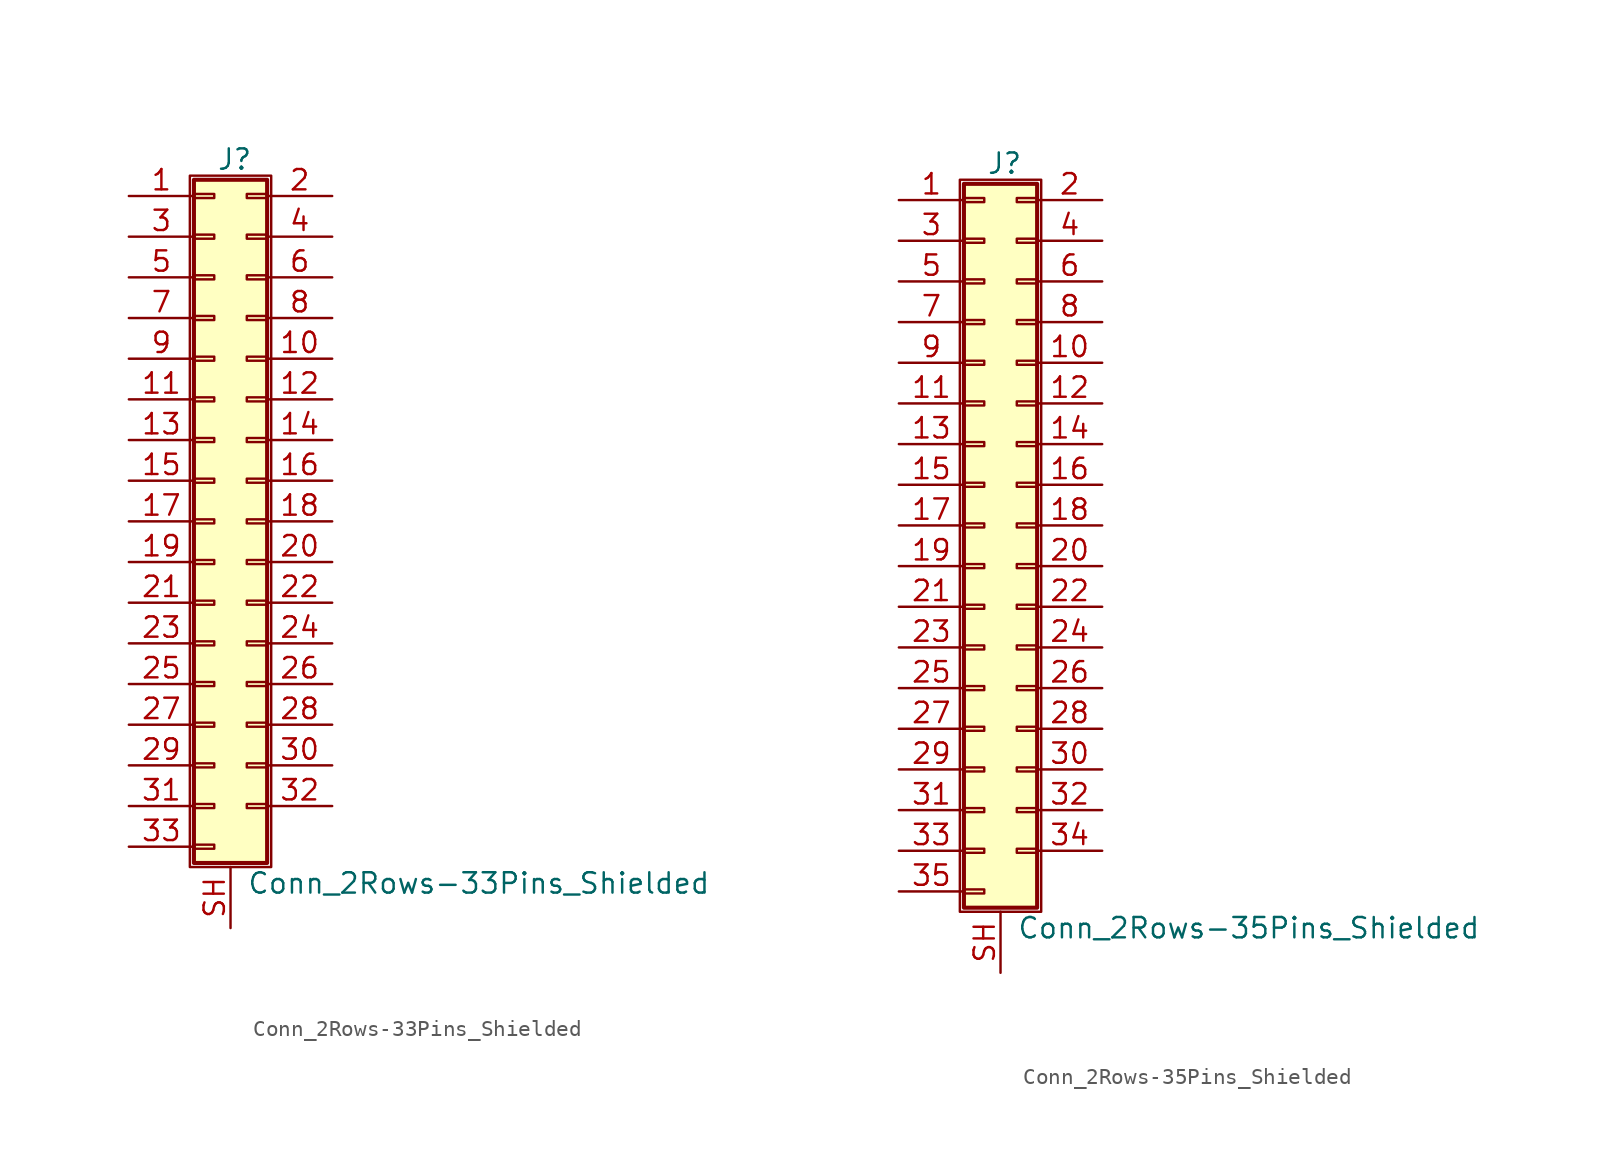
<source format=kicad_sym>
(kicad_symbol_lib
  (version 20201005)
  (generator kicad_symbol_editor)
  (symbol "Conn_2Rows-33Pins_Shielded"
    (pin_names
      (offset 1.016) hide)
    (property "Reference" "J"
      (at 1.524 22.606 0)
      (effects (font (size 1.27 1.27))))
    (property "Value" "Conn_2Rows-33Pins_Shielded"
      (at 2.286 -22.606 0)
      (effects (font (size 1.27 1.27)) (justify left)))
    (symbol "Conn_2Rows-33Pins_Shielded_1_1"
      (rectangle (start -1.27 21.59) (end 3.81 -21.59) (stroke (width 0.152)) (fill (type none)))
      (rectangle (start -1.016 -20.193) (end 0.254 -20.447) (stroke (width 0.152)) (fill (type none)))
      (rectangle (start -1.016 -17.653) (end 0.254 -17.907) (stroke (width 0.152)) (fill (type none)))
      (rectangle (start -1.016 -15.113) (end 0.254 -15.367) (stroke (width 0.152)) (fill (type none)))
      (rectangle (start -1.016 -12.573) (end 0.254 -12.827) (stroke (width 0.152)) (fill (type none)))
      (rectangle (start -1.016 -10.033) (end 0.254 -10.287) (stroke (width 0.152)) (fill (type none)))
      (rectangle (start -1.016 -7.493) (end 0.254 -7.747) (stroke (width 0.152)) (fill (type none)))
      (rectangle (start -1.016 -4.953) (end 0.254 -5.207) (stroke (width 0.152)) (fill (type none)))
      (rectangle (start -1.016 -2.413) (end 0.254 -2.667) (stroke (width 0.152)) (fill (type none)))
      (rectangle (start -1.016 0.127) (end 0.254 -0.127) (stroke (width 0.152)) (fill (type none)))
      (rectangle (start -1.016 2.667) (end 0.254 2.413) (stroke (width 0.152)) (fill (type none)))
      (rectangle (start -1.016 5.207) (end 0.254 4.953) (stroke (width 0.152)) (fill (type none)))
      (rectangle (start -1.016 7.747) (end 0.254 7.493) (stroke (width 0.152)) (fill (type none)))
      (rectangle (start -1.016 10.287) (end 0.254 10.033) (stroke (width 0.152)) (fill (type none)))
      (rectangle (start -1.016 12.827) (end 0.254 12.573) (stroke (width 0.152)) (fill (type none)))
      (rectangle (start -1.016 15.367) (end 0.254 15.113) (stroke (width 0.152)) (fill (type none)))
      (rectangle (start -1.016 17.907) (end 0.254 17.653) (stroke (width 0.152)) (fill (type none)))
      (rectangle (start -1.016 20.447) (end 0.254 20.193) (stroke (width 0.152)) (fill (type none)))
      (rectangle (start 3.556 -17.653) (end 2.286 -17.907) (stroke (width 0.152)) (fill (type none)))
      (rectangle (start 3.556 -15.113) (end 2.286 -15.367) (stroke (width 0.152)) (fill (type none)))
      (rectangle (start 3.556 -12.573) (end 2.286 -12.827) (stroke (width 0.152)) (fill (type none)))
      (rectangle (start 3.556 -10.033) (end 2.286 -10.287) (stroke (width 0.152)) (fill (type none)))
      (rectangle (start 3.556 -7.493) (end 2.286 -7.747) (stroke (width 0.152)) (fill (type none)))
      (rectangle (start 3.556 -4.953) (end 2.286 -5.207) (stroke (width 0.152)) (fill (type none)))
      (rectangle (start 3.556 -2.413) (end 2.286 -2.667) (stroke (width 0.152)) (fill (type none)))
      (rectangle (start 3.556 0.127) (end 2.286 -0.127) (stroke (width 0.152)) (fill (type none)))
      (rectangle (start 3.556 2.667) (end 2.286 2.413) (stroke (width 0.152)) (fill (type none)))
      (rectangle (start 3.556 5.207) (end 2.286 4.953) (stroke (width 0.152)) (fill (type none)))
      (rectangle (start 3.556 7.747) (end 2.286 7.493) (stroke (width 0.152)) (fill (type none)))
      (rectangle (start 3.556 10.287) (end 2.286 10.033) (stroke (width 0.152)) (fill (type none)))
      (rectangle (start 3.556 12.827) (end 2.286 12.573) (stroke (width 0.152)) (fill (type none)))
      (rectangle (start 3.556 15.367) (end 2.286 15.113) (stroke (width 0.152)) (fill (type none)))
      (rectangle (start 3.556 17.907) (end 2.286 17.653) (stroke (width 0.152)) (fill (type none)))
      (rectangle (start 3.556 20.447) (end 2.286 20.193) (stroke (width 0.152)) (fill (type none)))
      (rectangle (start -1.016 21.336) (end 3.556 -21.336) (stroke (width 0.254)) (fill (type background)))
      (pin passive line (at -5.08 20.32 0) (length 4.064) (name "Pin_1" (effects (font (size 1.27 1.27)))) (number "1" (effects (font (size 1.27 1.27)))))
      (pin passive line (at 7.62 10.16 180) (length 4.064) (name "Pin_10" (effects (font (size 1.27 1.27)))) (number "10" (effects (font (size 1.27 1.27)))))
      (pin passive line (at -5.08 7.62 0) (length 4.064) (name "Pin_11" (effects (font (size 1.27 1.27)))) (number "11" (effects (font (size 1.27 1.27)))))
      (pin passive line (at 7.62 7.62 180) (length 4.064) (name "Pin_12" (effects (font (size 1.27 1.27)))) (number "12" (effects (font (size 1.27 1.27)))))
      (pin passive line (at -5.08 5.08 0) (length 4.064) (name "Pin_13" (effects (font (size 1.27 1.27)))) (number "13" (effects (font (size 1.27 1.27)))))
      (pin passive line (at 7.62 5.08 180) (length 4.064) (name "Pin_14" (effects (font (size 1.27 1.27)))) (number "14" (effects (font (size 1.27 1.27)))))
      (pin passive line (at -5.08 2.54 0) (length 4.064) (name "Pin_15" (effects (font (size 1.27 1.27)))) (number "15" (effects (font (size 1.27 1.27)))))
      (pin passive line (at 7.62 2.54 180) (length 4.064) (name "Pin_16" (effects (font (size 1.27 1.27)))) (number "16" (effects (font (size 1.27 1.27)))))
      (pin passive line (at -5.08 0 0) (length 4.064) (name "Pin_17" (effects (font (size 1.27 1.27)))) (number "17" (effects (font (size 1.27 1.27)))))
      (pin passive line (at 7.62 0 180) (length 4.064) (name "Pin_18" (effects (font (size 1.27 1.27)))) (number "18" (effects (font (size 1.27 1.27)))))
      (pin passive line (at -5.08 -2.54 0) (length 4.064) (name "Pin_19" (effects (font (size 1.27 1.27)))) (number "19" (effects (font (size 1.27 1.27)))))
      (pin passive line (at 7.62 20.32 180) (length 4.064) (name "Pin_2" (effects (font (size 1.27 1.27)))) (number "2" (effects (font (size 1.27 1.27)))))
      (pin passive line (at 7.62 -2.54 180) (length 4.064) (name "Pin_20" (effects (font (size 1.27 1.27)))) (number "20" (effects (font (size 1.27 1.27)))))
      (pin passive line (at -5.08 -5.08 0) (length 4.064) (name "Pin_21" (effects (font (size 1.27 1.27)))) (number "21" (effects (font (size 1.27 1.27)))))
      (pin passive line (at 7.62 -5.08 180) (length 4.064) (name "Pin_22" (effects (font (size 1.27 1.27)))) (number "22" (effects (font (size 1.27 1.27)))))
      (pin passive line (at -5.08 -7.62 0) (length 4.064) (name "Pin_23" (effects (font (size 1.27 1.27)))) (number "23" (effects (font (size 1.27 1.27)))))
      (pin passive line (at 7.62 -7.62 180) (length 4.064) (name "Pin_24" (effects (font (size 1.27 1.27)))) (number "24" (effects (font (size 1.27 1.27)))))
      (pin passive line (at -5.08 -10.16 0) (length 4.064) (name "Pin_25" (effects (font (size 1.27 1.27)))) (number "25" (effects (font (size 1.27 1.27)))))
      (pin passive line (at 7.62 -10.16 180) (length 4.064) (name "Pin_26" (effects (font (size 1.27 1.27)))) (number "26" (effects (font (size 1.27 1.27)))))
      (pin passive line (at -5.08 -12.7 0) (length 4.064) (name "Pin_27" (effects (font (size 1.27 1.27)))) (number "27" (effects (font (size 1.27 1.27)))))
      (pin passive line (at 7.62 -12.7 180) (length 4.064) (name "Pin_28" (effects (font (size 1.27 1.27)))) (number "28" (effects (font (size 1.27 1.27)))))
      (pin passive line (at -5.08 -15.24 0) (length 4.064) (name "Pin_29" (effects (font (size 1.27 1.27)))) (number "29" (effects (font (size 1.27 1.27)))))
      (pin passive line (at -5.08 17.78 0) (length 4.064) (name "Pin_3" (effects (font (size 1.27 1.27)))) (number "3" (effects (font (size 1.27 1.27)))))
      (pin passive line (at 7.62 -15.24 180) (length 4.064) (name "Pin_30" (effects (font (size 1.27 1.27)))) (number "30" (effects (font (size 1.27 1.27)))))
      (pin passive line (at -5.08 -17.78 0) (length 4.064) (name "Pin_31" (effects (font (size 1.27 1.27)))) (number "31" (effects (font (size 1.27 1.27)))))
      (pin passive line (at 7.62 -17.78 180) (length 4.064) (name "Pin_32" (effects (font (size 1.27 1.27)))) (number "32" (effects (font (size 1.27 1.27)))))
      (pin passive line (at -5.08 -20.32 0) (length 4.064) (name "Pin_33" (effects (font (size 1.27 1.27)))) (number "33" (effects (font (size 1.27 1.27)))))
      (pin passive line (at 7.62 17.78 180) (length 4.064) (name "Pin_4" (effects (font (size 1.27 1.27)))) (number "4" (effects (font (size 1.27 1.27)))))
      (pin passive line (at -5.08 15.24 0) (length 4.064) (name "Pin_5" (effects (font (size 1.27 1.27)))) (number "5" (effects (font (size 1.27 1.27)))))
      (pin passive line (at 7.62 15.24 180) (length 4.064) (name "Pin_6" (effects (font (size 1.27 1.27)))) (number "6" (effects (font (size 1.27 1.27)))))
      (pin passive line (at -5.08 12.7 0) (length 4.064) (name "Pin_7" (effects (font (size 1.27 1.27)))) (number "7" (effects (font (size 1.27 1.27)))))
      (pin passive line (at 7.62 12.7 180) (length 4.064) (name "Pin_8" (effects (font (size 1.27 1.27)))) (number "8" (effects (font (size 1.27 1.27)))))
      (pin passive line (at -5.08 10.16 0) (length 4.064) (name "Pin_9" (effects (font (size 1.27 1.27)))) (number "9" (effects (font (size 1.27 1.27)))))
      (pin passive line (at 1.27 -25.4 90) (length 3.81) (name "Shield" (effects (font (size 1.27 1.27)))) (number "SH" (effects (font (size 1.27 1.27)))))))
  (symbol "Conn_2Rows-35Pins_Shielded"
    (pin_names
      (offset 1.016) hide)
    (property "Reference" "J"
      (at 1.524 22.606 0)
      (effects (font (size 1.27 1.27))))
    (property "Value" "Conn_2Rows-35Pins_Shielded"
      (at 2.286 -25.146 0)
      (effects (font (size 1.27 1.27)) (justify left)))
    (symbol "Conn_2Rows-35Pins_Shielded_1_1"
      (rectangle (start -1.27 21.59) (end 3.81 -24.13) (stroke (width 0.152)) (fill (type none)))
      (rectangle (start -1.016 -22.733) (end 0.254 -22.987) (stroke (width 0.152)) (fill (type none)))
      (rectangle (start -1.016 -20.193) (end 0.254 -20.447) (stroke (width 0.152)) (fill (type none)))
      (rectangle (start -1.016 -17.653) (end 0.254 -17.907) (stroke (width 0.152)) (fill (type none)))
      (rectangle (start -1.016 -15.113) (end 0.254 -15.367) (stroke (width 0.152)) (fill (type none)))
      (rectangle (start -1.016 -12.573) (end 0.254 -12.827) (stroke (width 0.152)) (fill (type none)))
      (rectangle (start -1.016 -10.033) (end 0.254 -10.287) (stroke (width 0.152)) (fill (type none)))
      (rectangle (start -1.016 -7.493) (end 0.254 -7.747) (stroke (width 0.152)) (fill (type none)))
      (rectangle (start -1.016 -4.953) (end 0.254 -5.207) (stroke (width 0.152)) (fill (type none)))
      (rectangle (start -1.016 -2.413) (end 0.254 -2.667) (stroke (width 0.152)) (fill (type none)))
      (rectangle (start -1.016 0.127) (end 0.254 -0.127) (stroke (width 0.152)) (fill (type none)))
      (rectangle (start -1.016 2.667) (end 0.254 2.413) (stroke (width 0.152)) (fill (type none)))
      (rectangle (start -1.016 5.207) (end 0.254 4.953) (stroke (width 0.152)) (fill (type none)))
      (rectangle (start -1.016 7.747) (end 0.254 7.493) (stroke (width 0.152)) (fill (type none)))
      (rectangle (start -1.016 10.287) (end 0.254 10.033) (stroke (width 0.152)) (fill (type none)))
      (rectangle (start -1.016 12.827) (end 0.254 12.573) (stroke (width 0.152)) (fill (type none)))
      (rectangle (start -1.016 15.367) (end 0.254 15.113) (stroke (width 0.152)) (fill (type none)))
      (rectangle (start -1.016 17.907) (end 0.254 17.653) (stroke (width 0.152)) (fill (type none)))
      (rectangle (start -1.016 20.447) (end 0.254 20.193) (stroke (width 0.152)) (fill (type none)))
      (rectangle (start 3.556 -20.193) (end 2.286 -20.447) (stroke (width 0.152)) (fill (type none)))
      (rectangle (start 3.556 -17.653) (end 2.286 -17.907) (stroke (width 0.152)) (fill (type none)))
      (rectangle (start 3.556 -15.113) (end 2.286 -15.367) (stroke (width 0.152)) (fill (type none)))
      (rectangle (start 3.556 -12.573) (end 2.286 -12.827) (stroke (width 0.152)) (fill (type none)))
      (rectangle (start 3.556 -10.033) (end 2.286 -10.287) (stroke (width 0.152)) (fill (type none)))
      (rectangle (start 3.556 -7.493) (end 2.286 -7.747) (stroke (width 0.152)) (fill (type none)))
      (rectangle (start 3.556 -4.953) (end 2.286 -5.207) (stroke (width 0.152)) (fill (type none)))
      (rectangle (start 3.556 -2.413) (end 2.286 -2.667) (stroke (width 0.152)) (fill (type none)))
      (rectangle (start 3.556 0.127) (end 2.286 -0.127) (stroke (width 0.152)) (fill (type none)))
      (rectangle (start 3.556 2.667) (end 2.286 2.413) (stroke (width 0.152)) (fill (type none)))
      (rectangle (start 3.556 5.207) (end 2.286 4.953) (stroke (width 0.152)) (fill (type none)))
      (rectangle (start 3.556 7.747) (end 2.286 7.493) (stroke (width 0.152)) (fill (type none)))
      (rectangle (start 3.556 10.287) (end 2.286 10.033) (stroke (width 0.152)) (fill (type none)))
      (rectangle (start 3.556 12.827) (end 2.286 12.573) (stroke (width 0.152)) (fill (type none)))
      (rectangle (start 3.556 15.367) (end 2.286 15.113) (stroke (width 0.152)) (fill (type none)))
      (rectangle (start 3.556 17.907) (end 2.286 17.653) (stroke (width 0.152)) (fill (type none)))
      (rectangle (start 3.556 20.447) (end 2.286 20.193) (stroke (width 0.152)) (fill (type none)))
      (rectangle (start -1.016 21.336) (end 3.556 -23.876) (stroke (width 0.254)) (fill (type background)))
      (pin passive line (at -5.08 20.32 0) (length 4.064) (name "Pin_1" (effects (font (size 1.27 1.27)))) (number "1" (effects (font (size 1.27 1.27)))))
      (pin passive line (at 7.62 10.16 180) (length 4.064) (name "Pin_10" (effects (font (size 1.27 1.27)))) (number "10" (effects (font (size 1.27 1.27)))))
      (pin passive line (at -5.08 7.62 0) (length 4.064) (name "Pin_11" (effects (font (size 1.27 1.27)))) (number "11" (effects (font (size 1.27 1.27)))))
      (pin passive line (at 7.62 7.62 180) (length 4.064) (name "Pin_12" (effects (font (size 1.27 1.27)))) (number "12" (effects (font (size 1.27 1.27)))))
      (pin passive line (at -5.08 5.08 0) (length 4.064) (name "Pin_13" (effects (font (size 1.27 1.27)))) (number "13" (effects (font (size 1.27 1.27)))))
      (pin passive line (at 7.62 5.08 180) (length 4.064) (name "Pin_14" (effects (font (size 1.27 1.27)))) (number "14" (effects (font (size 1.27 1.27)))))
      (pin passive line (at -5.08 2.54 0) (length 4.064) (name "Pin_15" (effects (font (size 1.27 1.27)))) (number "15" (effects (font (size 1.27 1.27)))))
      (pin passive line (at 7.62 2.54 180) (length 4.064) (name "Pin_16" (effects (font (size 1.27 1.27)))) (number "16" (effects (font (size 1.27 1.27)))))
      (pin passive line (at -5.08 0 0) (length 4.064) (name "Pin_17" (effects (font (size 1.27 1.27)))) (number "17" (effects (font (size 1.27 1.27)))))
      (pin passive line (at 7.62 0 180) (length 4.064) (name "Pin_18" (effects (font (size 1.27 1.27)))) (number "18" (effects (font (size 1.27 1.27)))))
      (pin passive line (at -5.08 -2.54 0) (length 4.064) (name "Pin_19" (effects (font (size 1.27 1.27)))) (number "19" (effects (font (size 1.27 1.27)))))
      (pin passive line (at 7.62 20.32 180) (length 4.064) (name "Pin_2" (effects (font (size 1.27 1.27)))) (number "2" (effects (font (size 1.27 1.27)))))
      (pin passive line (at 7.62 -2.54 180) (length 4.064) (name "Pin_20" (effects (font (size 1.27 1.27)))) (number "20" (effects (font (size 1.27 1.27)))))
      (pin passive line (at -5.08 -5.08 0) (length 4.064) (name "Pin_21" (effects (font (size 1.27 1.27)))) (number "21" (effects (font (size 1.27 1.27)))))
      (pin passive line (at 7.62 -5.08 180) (length 4.064) (name "Pin_22" (effects (font (size 1.27 1.27)))) (number "22" (effects (font (size 1.27 1.27)))))
      (pin passive line (at -5.08 -7.62 0) (length 4.064) (name "Pin_23" (effects (font (size 1.27 1.27)))) (number "23" (effects (font (size 1.27 1.27)))))
      (pin passive line (at 7.62 -7.62 180) (length 4.064) (name "Pin_24" (effects (font (size 1.27 1.27)))) (number "24" (effects (font (size 1.27 1.27)))))
      (pin passive line (at -5.08 -10.16 0) (length 4.064) (name "Pin_25" (effects (font (size 1.27 1.27)))) (number "25" (effects (font (size 1.27 1.27)))))
      (pin passive line (at 7.62 -10.16 180) (length 4.064) (name "Pin_26" (effects (font (size 1.27 1.27)))) (number "26" (effects (font (size 1.27 1.27)))))
      (pin passive line (at -5.08 -12.7 0) (length 4.064) (name "Pin_27" (effects (font (size 1.27 1.27)))) (number "27" (effects (font (size 1.27 1.27)))))
      (pin passive line (at 7.62 -12.7 180) (length 4.064) (name "Pin_28" (effects (font (size 1.27 1.27)))) (number "28" (effects (font (size 1.27 1.27)))))
      (pin passive line (at -5.08 -15.24 0) (length 4.064) (name "Pin_29" (effects (font (size 1.27 1.27)))) (number "29" (effects (font (size 1.27 1.27)))))
      (pin passive line (at -5.08 17.78 0) (length 4.064) (name "Pin_3" (effects (font (size 1.27 1.27)))) (number "3" (effects (font (size 1.27 1.27)))))
      (pin passive line (at 7.62 -15.24 180) (length 4.064) (name "Pin_30" (effects (font (size 1.27 1.27)))) (number "30" (effects (font (size 1.27 1.27)))))
      (pin passive line (at -5.08 -17.78 0) (length 4.064) (name "Pin_31" (effects (font (size 1.27 1.27)))) (number "31" (effects (font (size 1.27 1.27)))))
      (pin passive line (at 7.62 -17.78 180) (length 4.064) (name "Pin_32" (effects (font (size 1.27 1.27)))) (number "32" (effects (font (size 1.27 1.27)))))
      (pin passive line (at -5.08 -20.32 0) (length 4.064) (name "Pin_33" (effects (font (size 1.27 1.27)))) (number "33" (effects (font (size 1.27 1.27)))))
      (pin passive line (at 7.62 -20.32 180) (length 4.064) (name "Pin_34" (effects (font (size 1.27 1.27)))) (number "34" (effects (font (size 1.27 1.27)))))
      (pin passive line (at -5.08 -22.86 0) (length 4.064) (name "Pin_35" (effects (font (size 1.27 1.27)))) (number "35" (effects (font (size 1.27 1.27)))))
      (pin passive line (at 7.62 17.78 180) (length 4.064) (name "Pin_4" (effects (font (size 1.27 1.27)))) (number "4" (effects (font (size 1.27 1.27)))))
      (pin passive line (at -5.08 15.24 0) (length 4.064) (name "Pin_5" (effects (font (size 1.27 1.27)))) (number "5" (effects (font (size 1.27 1.27)))))
      (pin passive line (at 7.62 15.24 180) (length 4.064) (name "Pin_6" (effects (font (size 1.27 1.27)))) (number "6" (effects (font (size 1.27 1.27)))))
      (pin passive line (at -5.08 12.7 0) (length 4.064) (name "Pin_7" (effects (font (size 1.27 1.27)))) (number "7" (effects (font (size 1.27 1.27)))))
      (pin passive line (at 7.62 12.7 180) (length 4.064) (name "Pin_8" (effects (font (size 1.27 1.27)))) (number "8" (effects (font (size 1.27 1.27)))))
      (pin passive line (at -5.08 10.16 0) (length 4.064) (name "Pin_9" (effects (font (size 1.27 1.27)))) (number "9" (effects (font (size 1.27 1.27)))))
      (pin passive line (at 1.27 -27.94 90) (length 3.81) (name "Shield" (effects (font (size 1.27 1.27)))) (number "SH" (effects (font (size 1.27 1.27))))))))
</source>
